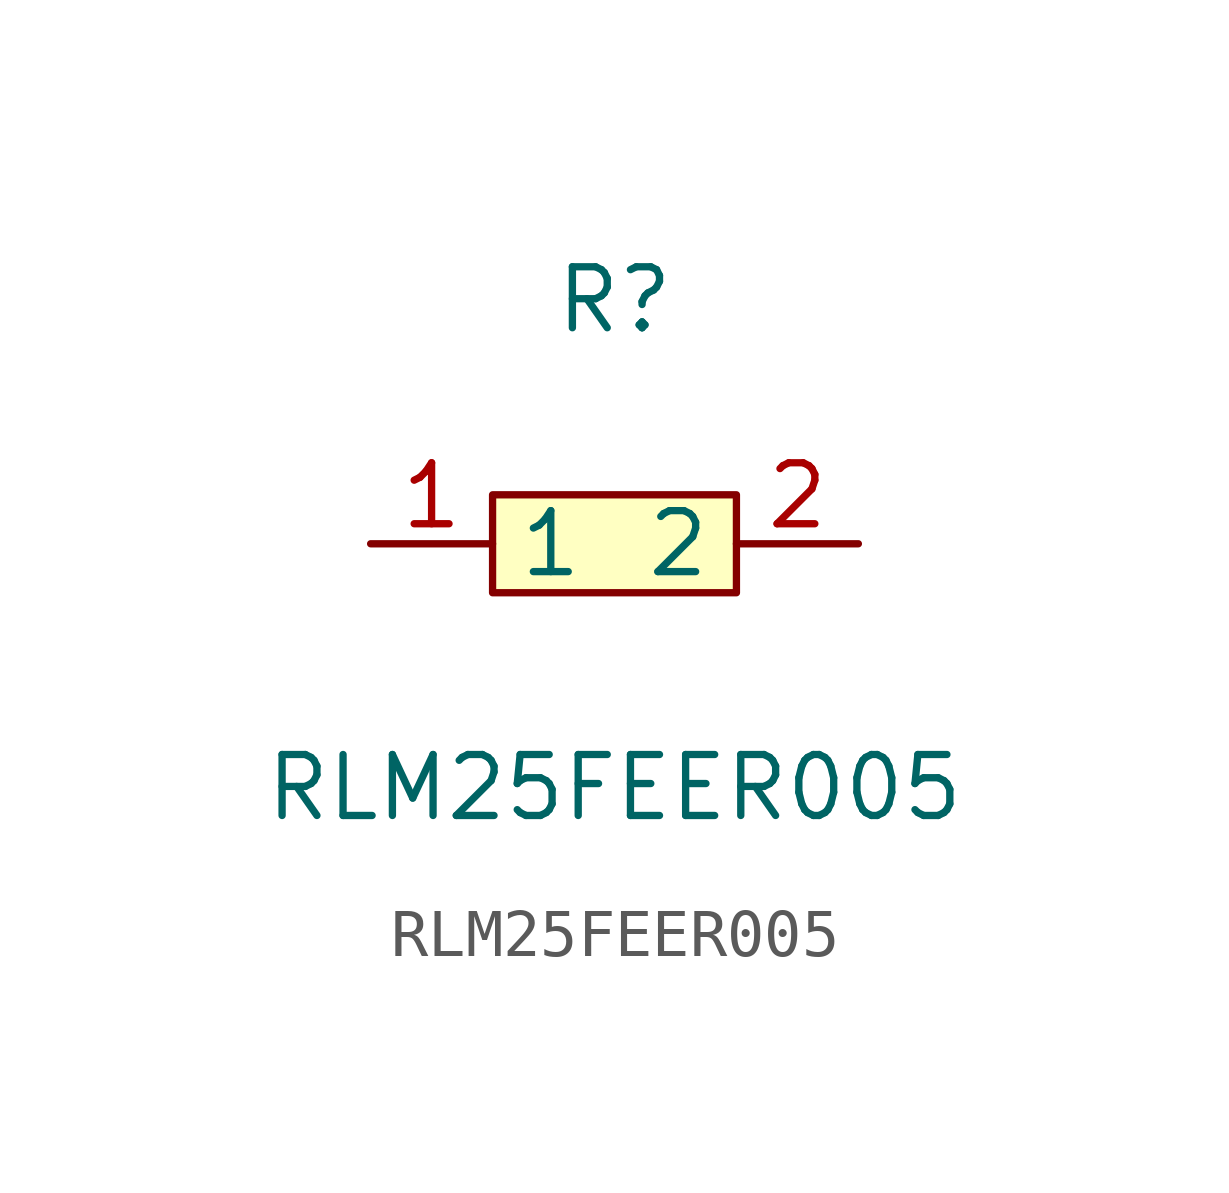
<source format=kicad_sym>
(kicad_symbol_lib
  (version 1)
  (generator "faebryk")
  (symbol "RLM25FEER005"
    (property "Reference" "R"
      (at 0 5.08 0)
      (effects (font (size 1.27 1.27)) (hide no)))
    (property "Value" "RLM25FEER005"
      (at 0 -5.08 0)
      (effects (font (size 1.27 1.27)) (hide no)))
    (symbol "RLM25FEER005_0_1"
      (rectangle (start -2.54 1.02) (end 2.54 -1.02) (stroke (width 0) (type default) (color 0 0 0 0)) (fill (type background)))
      (pin unspecified line (at 5.08 0 180) (length 2.54) (name "2" (effects (font (size 1.27 1.27)) (hide no))) (number "2" (effects (font (size 1.27 1.27)) (hide no))))
      (pin unspecified line (at -5.08 0 0) (length 2.54) (name "1" (effects (font (size 1.27 1.27)) (hide no))) (number "1" (effects (font (size 1.27 1.27)) (hide no)))))))
</source>
